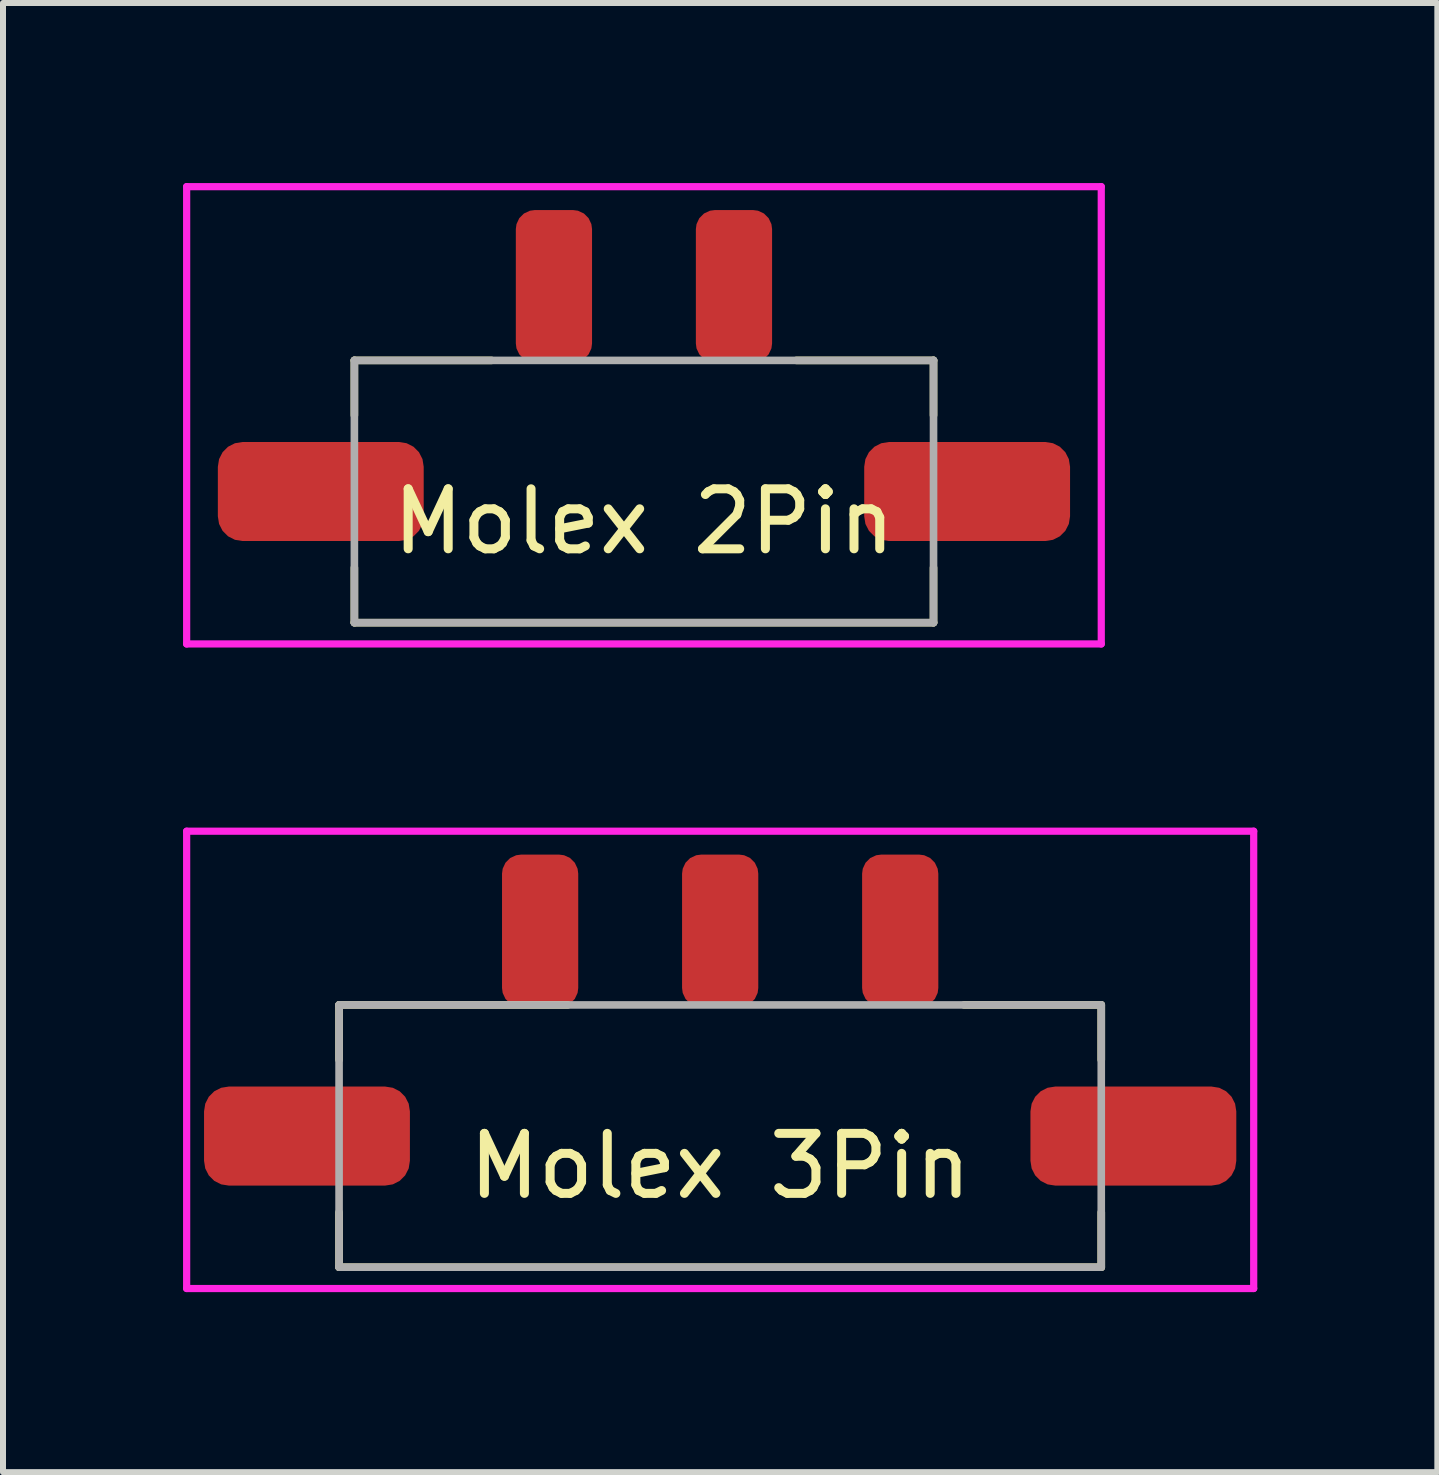
<source format=kicad_pcb>
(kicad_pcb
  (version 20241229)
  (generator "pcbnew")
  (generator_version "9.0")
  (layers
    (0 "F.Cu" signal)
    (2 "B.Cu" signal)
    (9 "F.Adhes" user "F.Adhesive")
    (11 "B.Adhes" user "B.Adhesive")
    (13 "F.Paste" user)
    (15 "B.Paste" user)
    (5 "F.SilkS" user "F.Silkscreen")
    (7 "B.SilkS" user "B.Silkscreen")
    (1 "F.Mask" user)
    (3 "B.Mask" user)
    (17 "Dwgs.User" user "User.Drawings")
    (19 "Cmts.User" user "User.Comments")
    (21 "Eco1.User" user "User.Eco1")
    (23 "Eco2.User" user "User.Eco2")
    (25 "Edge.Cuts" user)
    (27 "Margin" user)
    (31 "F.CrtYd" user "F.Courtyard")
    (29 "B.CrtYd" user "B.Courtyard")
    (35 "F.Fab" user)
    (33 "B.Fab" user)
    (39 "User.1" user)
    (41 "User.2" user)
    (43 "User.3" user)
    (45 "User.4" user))
  (footprint "Molex 3Pin"
    (layer "F.Cu")
    (at 8.95 15.88)
    (property "Reference" "Molex 3Pin" (at 0 0.5 0) (layer "F.SilkS") (effects (font (size 1 1) (thickness 0.15))))
    (attr through_hole)
    (fp_line (start -6.35 -2.185) (end -2.54 -2.185) (stroke (width 0.127) (type solid)) (layer "F.SilkS"))
    (fp_line (start -6.35 -1.27) (end -6.35 -2.185) (stroke (width 0.127) (type solid)) (layer "F.SilkS"))
    (fp_line (start -6.35 2.185) (end -6.35 1.27) (stroke (width 0.127) (type solid)) (layer "F.SilkS"))
    (fp_line (start 4.065 -2.185) (end 6.35 -2.185) (stroke (width 0.127) (type solid)) (layer "F.SilkS"))
    (fp_line (start 6.35 -2.185) (end 6.35 -1.27) (stroke (width 0.127) (type solid)) (layer "F.SilkS"))
    (fp_line (start 6.35 1.27) (end 6.35 2.185) (stroke (width 0.127) (type solid)) (layer "F.SilkS"))
    (fp_line (start 6.35 2.185) (end -6.35 2.185) (stroke (width 0.127) (type solid)) (layer "F.SilkS"))
    (fp_line (start -8.89 -5.08) (end 8.89 -5.08) (stroke (width 0.12) (type solid)) (layer "F.CrtYd"))
    (fp_line (start -8.89 2.54) (end -8.89 -5.08) (stroke (width 0.12) (type solid)) (layer "F.CrtYd"))
    (fp_line (start 8.89 -5.08) (end 8.89 2.54) (stroke (width 0.12) (type solid)) (layer "F.CrtYd"))
    (fp_line (start 8.89 2.54) (end -8.89 2.54) (stroke (width 0.12) (type solid)) (layer "F.CrtYd"))
    (fp_line (start -6.35 2.185) (end -6.35 -2.185) (stroke (width 0.127) (type solid)) (layer "F.Fab"))
    (fp_line (start 6.35 -2.185) (end -6.35 -2.185) (stroke (width 0.127) (type solid)) (layer "F.Fab"))
    (fp_line (start 6.35 2.185) (end -6.35 2.185) (stroke (width 0.127) (type solid)) (layer "F.Fab"))
    (fp_line (start 6.35 2.185) (end 6.35 -2.185) (stroke (width 0.127) (type solid)) (layer "F.Fab"))
    (pad "1" smd roundrect (at 3 -3.42) (size 1.27 2.54) (layers "F.Cu" "F.Mask" "F.Paste") (roundrect_rratio 0.25))
    (pad "2" smd roundrect (at 0 -3.42) (size 1.27 2.54) (layers "F.Cu" "F.Mask" "F.Paste") (roundrect_rratio 0.25))
    (pad "3" smd roundrect (at -3 -3.42) (size 1.27 2.54) (layers "F.Cu" "F.Mask" "F.Paste") (roundrect_rratio 0.25))
    (pad "MP" smd roundrect (at -6.885 0 90) (size 1.65 3.43) (layers "F.Cu" "F.Mask" "F.Paste") (roundrect_rratio 0.25))
    (pad "MP" smd roundrect (at 6.885 0 90) (size 1.65 3.43) (layers "F.Cu" "F.Mask" "F.Paste") (roundrect_rratio 0.25)))
  (footprint "Molex 2Pin"
    (layer "F.Cu")
    (at 7.68 5.14)
    (property "Reference" "Molex 2Pin" (at 0 0.5 0) (layer "F.SilkS") (effects (font (size 1 1) (thickness 0.15))))
    (attr through_hole)
    (fp_line (start -4.825 -2.185) (end -2.54 -2.185) (stroke (width 0.127) (type solid)) (layer "F.SilkS"))
    (fp_line (start -4.825 -1.27) (end -4.825 -2.185) (stroke (width 0.127) (type solid)) (layer "F.SilkS"))
    (fp_line (start -4.825 2.185) (end -4.825 1.27) (stroke (width 0.127) (type solid)) (layer "F.SilkS"))
    (fp_line (start 2.54 -2.185) (end 4.825 -2.185) (stroke (width 0.127) (type solid)) (layer "F.SilkS"))
    (fp_line (start 4.825 -2.185) (end 4.825 -1.27) (stroke (width 0.127) (type solid)) (layer "F.SilkS"))
    (fp_line (start 4.825 1.27) (end 4.825 2.185) (stroke (width 0.127) (type solid)) (layer "F.SilkS"))
    (fp_line (start 4.825 2.185) (end -4.825 2.185) (stroke (width 0.127) (type solid)) (layer "F.SilkS"))
    (fp_line (start -7.62 -5.08) (end 7.62 -5.08) (stroke (width 0.12) (type solid)) (layer "F.CrtYd"))
    (fp_line (start -7.62 2.54) (end -7.62 -5.08) (stroke (width 0.12) (type solid)) (layer "F.CrtYd"))
    (fp_line (start 7.62 -5.08) (end 7.62 2.54) (stroke (width 0.12) (type solid)) (layer "F.CrtYd"))
    (fp_line (start 7.62 2.54) (end -7.62 2.54) (stroke (width 0.12) (type solid)) (layer "F.CrtYd"))
    (fp_line (start -4.825 2.185) (end -4.825 -2.185) (stroke (width 0.127) (type solid)) (layer "F.Fab"))
    (fp_line (start 4.825 -2.185) (end -4.825 -2.185) (stroke (width 0.127) (type solid)) (layer "F.Fab"))
    (fp_line (start 4.825 2.185) (end -4.825 2.185) (stroke (width 0.127) (type solid)) (layer "F.Fab"))
    (fp_line (start 4.825 2.185) (end 4.825 -2.185) (stroke (width 0.127) (type solid)) (layer "F.Fab"))
    (pad "1" smd roundrect (at 1.5 -3.42) (size 1.27 2.54) (layers "F.Cu" "F.Mask" "F.Paste") (roundrect_rratio 0.25))
    (pad "2" smd roundrect (at -1.5 -3.42) (size 1.27 2.54) (layers "F.Cu" "F.Mask" "F.Paste") (roundrect_rratio 0.25))
    (pad "MP" smd roundrect (at -5.385 0 90) (size 1.65 3.43) (layers "F.Cu" "F.Mask" "F.Paste") (roundrect_rratio 0.25))
    (pad "MP" smd roundrect (at 5.385 0 90) (size 1.65 3.43) (layers "F.Cu" "F.Mask" "F.Paste") (roundrect_rratio 0.25)))
  (gr_rect
    (start -3 -3)
    (end 20.9 21.48)
    (stroke (width 0.1) (type default))
    (fill no)
    (layer "Edge.Cuts")))
</source>
